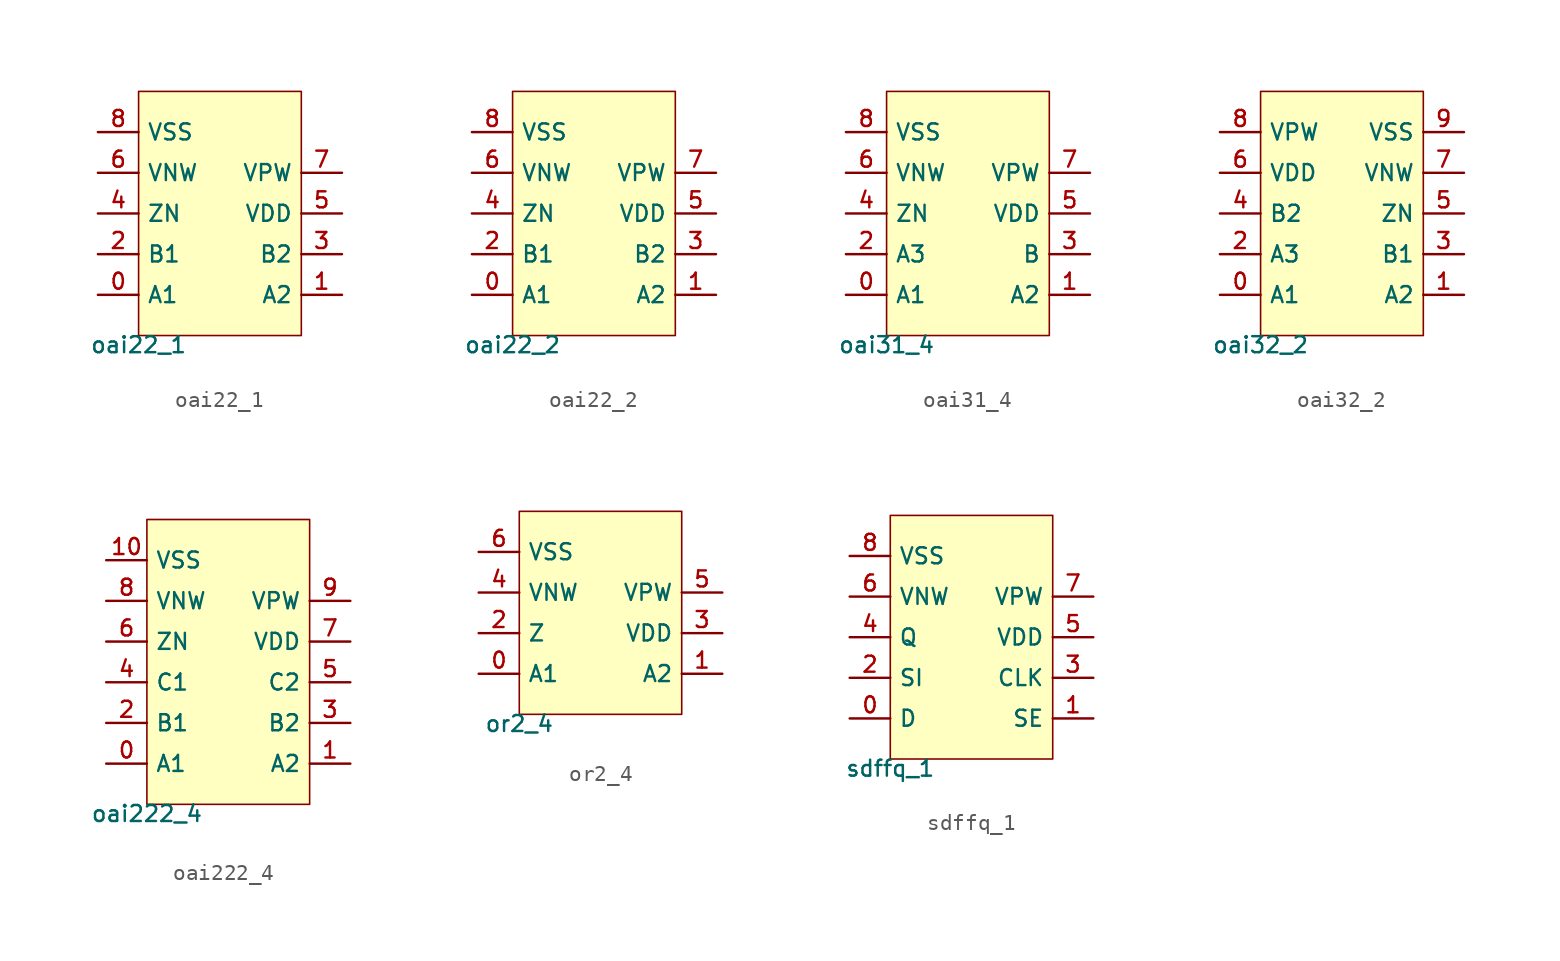
<source format=kicad_sym>
(kicad_symbol_lib
  (version 20211014)
  (generator pdk2kicad)
  (symbol "oai22_1"
    (property "Reference" "X"
      (at 0 0 0)
      (effects (font (size 1 1)) hide))
    (property "Value" "oai22_1"
      (at -5.08 -7.62 0)
      (effects (font (size 1 1)) (justify top)))
    (rectangle
      (start -5.08 -7.62)
      (end 5.08 7.62)
      (stroke (width 0.1) (type solid) (color 0 0 0 0))
      (fill (type background)))
    (pin bidirectional line
      (at -7.62 -5.08 0)
      (length 2.54)
      (name "A1" (effects (font (size 1 1)) hide))
      (number "0" (effects (font (size 1 1)) hide)))
    (pin bidirectional line
      (at 7.62 -5.08 180)
      (length 2.54)
      (name "A2" (effects (font (size 1 1)) hide))
      (number "1" (effects (font (size 1 1)) hide)))
    (pin bidirectional line
      (at -7.62 -2.54 0)
      (length 2.54)
      (name "B1" (effects (font (size 1 1)) hide))
      (number "2" (effects (font (size 1 1)) hide)))
    (pin bidirectional line
      (at 7.62 -2.54 180)
      (length 2.54)
      (name "B2" (effects (font (size 1 1)) hide))
      (number "3" (effects (font (size 1 1)) hide)))
    (pin bidirectional line
      (at -7.62 8.881784197001252e-16 0)
      (length 2.54)
      (name "ZN" (effects (font (size 1 1)) hide))
      (number "4" (effects (font (size 1 1)) hide)))
    (pin bidirectional line
      (at 7.62 8.881784197001252e-16 180)
      (length 2.54)
      (name "VDD" (effects (font (size 1 1)) hide))
      (number "5" (effects (font (size 1 1)) hide)))
    (pin bidirectional line
      (at -7.62 2.54 0)
      (length 2.54)
      (name "VNW" (effects (font (size 1 1)) hide))
      (number "6" (effects (font (size 1 1)) hide)))
    (pin bidirectional line
      (at 7.62 2.54 180)
      (length 2.54)
      (name "VPW" (effects (font (size 1 1)) hide))
      (number "7" (effects (font (size 1 1)) hide)))
    (pin bidirectional line
      (at -7.62 5.08 0)
      (length 2.54)
      (name "VSS" (effects (font (size 1 1)) hide))
      (number "8" (effects (font (size 1 1)) hide))))
  (symbol "oai22_2"
    (property "Reference" "X"
      (at 0 0 0)
      (effects (font (size 1 1)) hide))
    (property "Value" "oai22_2"
      (at -5.08 -7.62 0)
      (effects (font (size 1 1)) (justify top)))
    (rectangle
      (start -5.08 -7.62)
      (end 5.08 7.62)
      (stroke (width 0.1) (type solid) (color 0 0 0 0))
      (fill (type background)))
    (pin bidirectional line
      (at -7.62 -5.08 0)
      (length 2.54)
      (name "A1" (effects (font (size 1 1)) hide))
      (number "0" (effects (font (size 1 1)) hide)))
    (pin bidirectional line
      (at 7.62 -5.08 180)
      (length 2.54)
      (name "A2" (effects (font (size 1 1)) hide))
      (number "1" (effects (font (size 1 1)) hide)))
    (pin bidirectional line
      (at -7.62 -2.54 0)
      (length 2.54)
      (name "B1" (effects (font (size 1 1)) hide))
      (number "2" (effects (font (size 1 1)) hide)))
    (pin bidirectional line
      (at 7.62 -2.54 180)
      (length 2.54)
      (name "B2" (effects (font (size 1 1)) hide))
      (number "3" (effects (font (size 1 1)) hide)))
    (pin bidirectional line
      (at -7.62 8.881784197001252e-16 0)
      (length 2.54)
      (name "ZN" (effects (font (size 1 1)) hide))
      (number "4" (effects (font (size 1 1)) hide)))
    (pin bidirectional line
      (at 7.62 8.881784197001252e-16 180)
      (length 2.54)
      (name "VDD" (effects (font (size 1 1)) hide))
      (number "5" (effects (font (size 1 1)) hide)))
    (pin bidirectional line
      (at -7.62 2.54 0)
      (length 2.54)
      (name "VNW" (effects (font (size 1 1)) hide))
      (number "6" (effects (font (size 1 1)) hide)))
    (pin bidirectional line
      (at 7.62 2.54 180)
      (length 2.54)
      (name "VPW" (effects (font (size 1 1)) hide))
      (number "7" (effects (font (size 1 1)) hide)))
    (pin bidirectional line
      (at -7.62 5.08 0)
      (length 2.54)
      (name "VSS" (effects (font (size 1 1)) hide))
      (number "8" (effects (font (size 1 1)) hide))))
  (symbol "oai31_4"
    (property "Reference" "X"
      (at 0 0 0)
      (effects (font (size 1 1)) hide))
    (property "Value" "oai31_4"
      (at -5.08 -7.62 0)
      (effects (font (size 1 1)) (justify top)))
    (rectangle
      (start -5.08 -7.62)
      (end 5.08 7.62)
      (stroke (width 0.1) (type solid) (color 0 0 0 0))
      (fill (type background)))
    (pin bidirectional line
      (at -7.62 -5.08 0)
      (length 2.54)
      (name "A1" (effects (font (size 1 1)) hide))
      (number "0" (effects (font (size 1 1)) hide)))
    (pin bidirectional line
      (at 7.62 -5.08 180)
      (length 2.54)
      (name "A2" (effects (font (size 1 1)) hide))
      (number "1" (effects (font (size 1 1)) hide)))
    (pin bidirectional line
      (at -7.62 -2.54 0)
      (length 2.54)
      (name "A3" (effects (font (size 1 1)) hide))
      (number "2" (effects (font (size 1 1)) hide)))
    (pin bidirectional line
      (at 7.62 -2.54 180)
      (length 2.54)
      (name "B" (effects (font (size 1 1)) hide))
      (number "3" (effects (font (size 1 1)) hide)))
    (pin bidirectional line
      (at -7.62 8.881784197001252e-16 0)
      (length 2.54)
      (name "ZN" (effects (font (size 1 1)) hide))
      (number "4" (effects (font (size 1 1)) hide)))
    (pin bidirectional line
      (at 7.62 8.881784197001252e-16 180)
      (length 2.54)
      (name "VDD" (effects (font (size 1 1)) hide))
      (number "5" (effects (font (size 1 1)) hide)))
    (pin bidirectional line
      (at -7.62 2.54 0)
      (length 2.54)
      (name "VNW" (effects (font (size 1 1)) hide))
      (number "6" (effects (font (size 1 1)) hide)))
    (pin bidirectional line
      (at 7.62 2.54 180)
      (length 2.54)
      (name "VPW" (effects (font (size 1 1)) hide))
      (number "7" (effects (font (size 1 1)) hide)))
    (pin bidirectional line
      (at -7.62 5.08 0)
      (length 2.54)
      (name "VSS" (effects (font (size 1 1)) hide))
      (number "8" (effects (font (size 1 1)) hide))))
  (symbol "oai32_2"
    (property "Reference" "X"
      (at 0 0 0)
      (effects (font (size 1 1)) hide))
    (property "Value" "oai32_2"
      (at -5.08 -7.62 0)
      (effects (font (size 1 1)) (justify top)))
    (rectangle
      (start -5.08 -7.62)
      (end 5.08 7.62)
      (stroke (width 0.1) (type solid) (color 0 0 0 0))
      (fill (type background)))
    (pin bidirectional line
      (at -7.62 -5.08 0)
      (length 2.54)
      (name "A1" (effects (font (size 1 1)) hide))
      (number "0" (effects (font (size 1 1)) hide)))
    (pin bidirectional line
      (at 7.62 -5.08 180)
      (length 2.54)
      (name "A2" (effects (font (size 1 1)) hide))
      (number "1" (effects (font (size 1 1)) hide)))
    (pin bidirectional line
      (at -7.62 -2.54 0)
      (length 2.54)
      (name "A3" (effects (font (size 1 1)) hide))
      (number "2" (effects (font (size 1 1)) hide)))
    (pin bidirectional line
      (at 7.62 -2.54 180)
      (length 2.54)
      (name "B1" (effects (font (size 1 1)) hide))
      (number "3" (effects (font (size 1 1)) hide)))
    (pin bidirectional line
      (at -7.62 8.881784197001252e-16 0)
      (length 2.54)
      (name "B2" (effects (font (size 1 1)) hide))
      (number "4" (effects (font (size 1 1)) hide)))
    (pin bidirectional line
      (at 7.62 8.881784197001252e-16 180)
      (length 2.54)
      (name "ZN" (effects (font (size 1 1)) hide))
      (number "5" (effects (font (size 1 1)) hide)))
    (pin bidirectional line
      (at -7.62 2.54 0)
      (length 2.54)
      (name "VDD" (effects (font (size 1 1)) hide))
      (number "6" (effects (font (size 1 1)) hide)))
    (pin bidirectional line
      (at 7.62 2.54 180)
      (length 2.54)
      (name "VNW" (effects (font (size 1 1)) hide))
      (number "7" (effects (font (size 1 1)) hide)))
    (pin bidirectional line
      (at -7.62 5.08 0)
      (length 2.54)
      (name "VPW" (effects (font (size 1 1)) hide))
      (number "8" (effects (font (size 1 1)) hide)))
    (pin bidirectional line
      (at 7.62 5.08 180)
      (length 2.54)
      (name "VSS" (effects (font (size 1 1)) hide))
      (number "9" (effects (font (size 1 1)) hide))))
  (symbol "oai222_4"
    (property "Reference" "X"
      (at 0 0 0)
      (effects (font (size 1 1)) hide))
    (property "Value" "oai222_4"
      (at -5.08 -8.89 0)
      (effects (font (size 1 1)) (justify top)))
    (rectangle
      (start -5.08 -8.89)
      (end 5.08 8.89)
      (stroke (width 0.1) (type solid) (color 0 0 0 0))
      (fill (type background)))
    (pin bidirectional line
      (at -7.62 -6.35 0)
      (length 2.54)
      (name "A1" (effects (font (size 1 1)) hide))
      (number "0" (effects (font (size 1 1)) hide)))
    (pin bidirectional line
      (at 7.62 -6.35 180)
      (length 2.54)
      (name "A2" (effects (font (size 1 1)) hide))
      (number "1" (effects (font (size 1 1)) hide)))
    (pin bidirectional line
      (at -7.62 -3.81 0)
      (length 2.54)
      (name "B1" (effects (font (size 1 1)) hide))
      (number "2" (effects (font (size 1 1)) hide)))
    (pin bidirectional line
      (at 7.62 -3.81 180)
      (length 2.54)
      (name "B2" (effects (font (size 1 1)) hide))
      (number "3" (effects (font (size 1 1)) hide)))
    (pin bidirectional line
      (at -7.62 -1.27 0)
      (length 2.54)
      (name "C1" (effects (font (size 1 1)) hide))
      (number "4" (effects (font (size 1 1)) hide)))
    (pin bidirectional line
      (at 7.62 -1.27 180)
      (length 2.54)
      (name "C2" (effects (font (size 1 1)) hide))
      (number "5" (effects (font (size 1 1)) hide)))
    (pin bidirectional line
      (at -7.62 1.27 0)
      (length 2.54)
      (name "ZN" (effects (font (size 1 1)) hide))
      (number "6" (effects (font (size 1 1)) hide)))
    (pin bidirectional line
      (at 7.62 1.27 180)
      (length 2.54)
      (name "VDD" (effects (font (size 1 1)) hide))
      (number "7" (effects (font (size 1 1)) hide)))
    (pin bidirectional line
      (at -7.62 3.81 0)
      (length 2.54)
      (name "VNW" (effects (font (size 1 1)) hide))
      (number "8" (effects (font (size 1 1)) hide)))
    (pin bidirectional line
      (at 7.62 3.81 180)
      (length 2.54)
      (name "VPW" (effects (font (size 1 1)) hide))
      (number "9" (effects (font (size 1 1)) hide)))
    (pin bidirectional line
      (at -7.62 6.35 0)
      (length 2.54)
      (name "VSS" (effects (font (size 1 1)) hide))
      (number "10" (effects (font (size 1 1)) hide))))
  (symbol "or2_4"
    (property "Reference" "X"
      (at 0 0 0)
      (effects (font (size 1 1)) hide))
    (property "Value" "or2_4"
      (at -5.08 -6.35 0)
      (effects (font (size 1 1)) (justify top)))
    (rectangle
      (start -5.08 -6.35)
      (end 5.08 6.35)
      (stroke (width 0.1) (type solid) (color 0 0 0 0))
      (fill (type background)))
    (pin bidirectional line
      (at -7.62 -3.81 0)
      (length 2.54)
      (name "A1" (effects (font (size 1 1)) hide))
      (number "0" (effects (font (size 1 1)) hide)))
    (pin bidirectional line
      (at 7.62 -3.81 180)
      (length 2.54)
      (name "A2" (effects (font (size 1 1)) hide))
      (number "1" (effects (font (size 1 1)) hide)))
    (pin bidirectional line
      (at -7.62 -1.27 0)
      (length 2.54)
      (name "Z" (effects (font (size 1 1)) hide))
      (number "2" (effects (font (size 1 1)) hide)))
    (pin bidirectional line
      (at 7.62 -1.27 180)
      (length 2.54)
      (name "VDD" (effects (font (size 1 1)) hide))
      (number "3" (effects (font (size 1 1)) hide)))
    (pin bidirectional line
      (at -7.62 1.27 0)
      (length 2.54)
      (name "VNW" (effects (font (size 1 1)) hide))
      (number "4" (effects (font (size 1 1)) hide)))
    (pin bidirectional line
      (at 7.62 1.27 180)
      (length 2.54)
      (name "VPW" (effects (font (size 1 1)) hide))
      (number "5" (effects (font (size 1 1)) hide)))
    (pin bidirectional line
      (at -7.62 3.81 0)
      (length 2.54)
      (name "VSS" (effects (font (size 1 1)) hide))
      (number "6" (effects (font (size 1 1)) hide))))
  (symbol "sdffq_1"
    (property "Reference" "X"
      (at 0 0 0)
      (effects (font (size 1 1)) hide))
    (property "Value" "sdffq_1"
      (at -5.08 -7.62 0)
      (effects (font (size 1 1)) (justify top)))
    (rectangle
      (start -5.08 -7.62)
      (end 5.08 7.62)
      (stroke (width 0.1) (type solid) (color 0 0 0 0))
      (fill (type background)))
    (pin bidirectional line
      (at -7.62 -5.08 0)
      (length 2.54)
      (name "D" (effects (font (size 1 1)) hide))
      (number "0" (effects (font (size 1 1)) hide)))
    (pin bidirectional line
      (at 7.62 -5.08 180)
      (length 2.54)
      (name "SE" (effects (font (size 1 1)) hide))
      (number "1" (effects (font (size 1 1)) hide)))
    (pin bidirectional line
      (at -7.62 -2.54 0)
      (length 2.54)
      (name "SI" (effects (font (size 1 1)) hide))
      (number "2" (effects (font (size 1 1)) hide)))
    (pin bidirectional line
      (at 7.62 -2.54 180)
      (length 2.54)
      (name "CLK" (effects (font (size 1 1)) hide))
      (number "3" (effects (font (size 1 1)) hide)))
    (pin bidirectional line
      (at -7.62 8.881784197001252e-16 0)
      (length 2.54)
      (name "Q" (effects (font (size 1 1)) hide))
      (number "4" (effects (font (size 1 1)) hide)))
    (pin bidirectional line
      (at 7.62 8.881784197001252e-16 180)
      (length 2.54)
      (name "VDD" (effects (font (size 1 1)) hide))
      (number "5" (effects (font (size 1 1)) hide)))
    (pin bidirectional line
      (at -7.62 2.54 0)
      (length 2.54)
      (name "VNW" (effects (font (size 1 1)) hide))
      (number "6" (effects (font (size 1 1)) hide)))
    (pin bidirectional line
      (at 7.62 2.54 180)
      (length 2.54)
      (name "VPW" (effects (font (size 1 1)) hide))
      (number "7" (effects (font (size 1 1)) hide)))
    (pin bidirectional line
      (at -7.62 5.08 0)
      (length 2.54)
      (name "VSS" (effects (font (size 1 1)) hide))
      (number "8" (effects (font (size 1 1)) hide)))))
</source>
